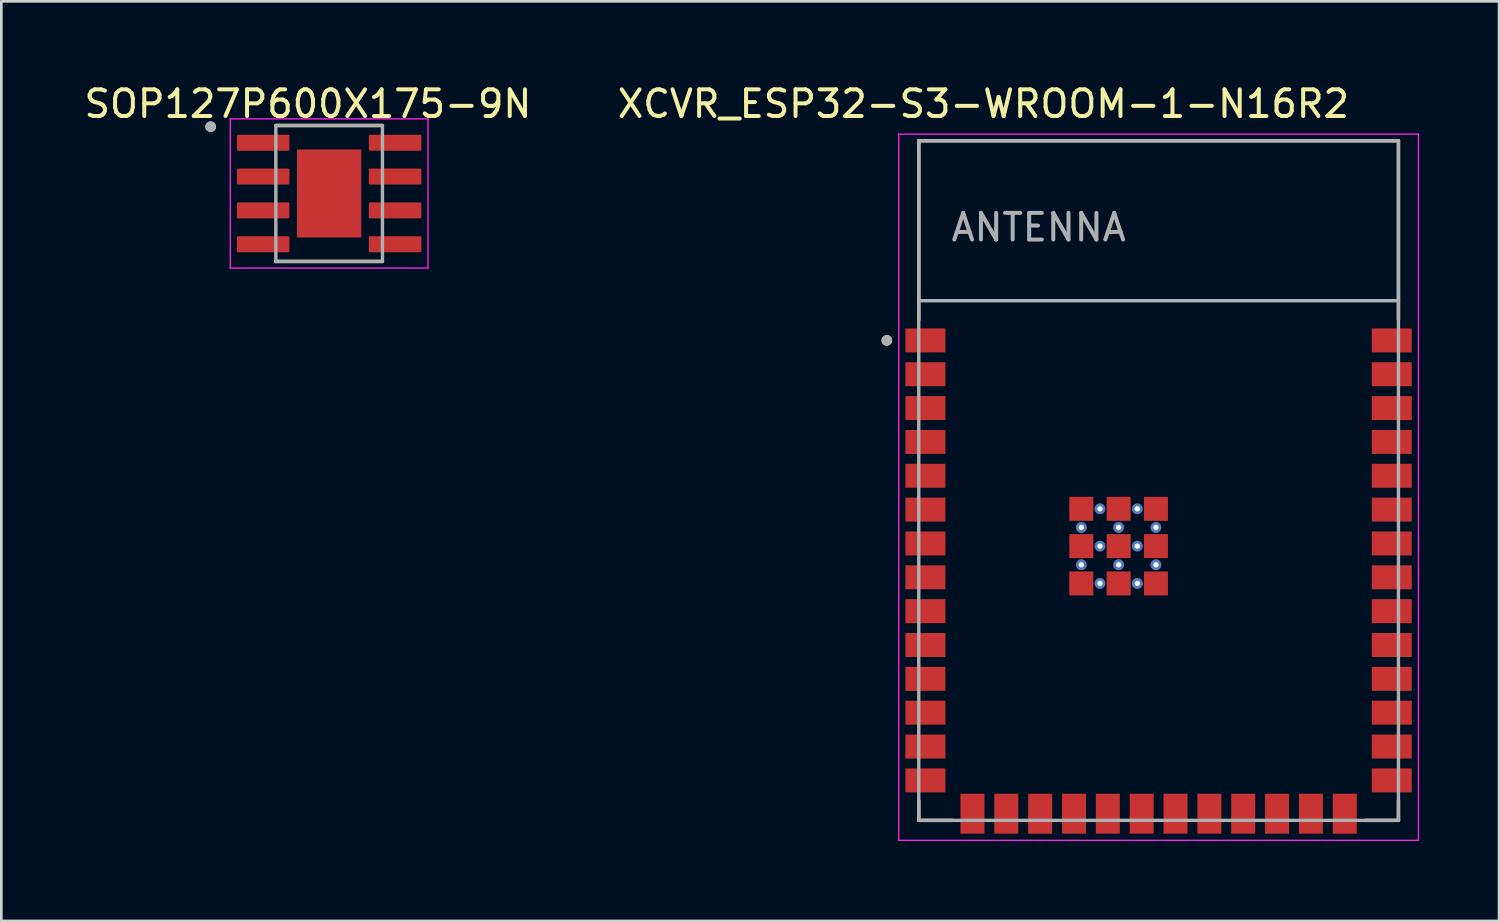
<source format=kicad_pcb>
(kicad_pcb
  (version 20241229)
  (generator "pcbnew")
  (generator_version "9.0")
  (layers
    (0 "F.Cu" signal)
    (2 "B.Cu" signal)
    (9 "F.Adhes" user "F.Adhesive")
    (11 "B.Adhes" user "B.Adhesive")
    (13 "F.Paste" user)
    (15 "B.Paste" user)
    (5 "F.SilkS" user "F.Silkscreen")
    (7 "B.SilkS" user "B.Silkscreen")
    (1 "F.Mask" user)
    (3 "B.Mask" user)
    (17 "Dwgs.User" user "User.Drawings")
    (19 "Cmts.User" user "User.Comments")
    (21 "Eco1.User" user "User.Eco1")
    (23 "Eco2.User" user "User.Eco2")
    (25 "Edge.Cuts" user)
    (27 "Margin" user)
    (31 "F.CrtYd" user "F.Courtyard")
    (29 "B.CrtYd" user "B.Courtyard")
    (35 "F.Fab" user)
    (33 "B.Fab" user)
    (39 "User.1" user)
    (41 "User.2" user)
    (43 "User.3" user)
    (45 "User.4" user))
  (footprint "XCVR_ESP32-S3-WROOM-1-N16R2"
    (layer "F.Cu")
    (at 40.426 14.983)
    (property "Reference" "XCVR_ESP32-S3-WROOM-1-N16R2" (at -6.575 -14.135 0) (layer "F.SilkS") (effects (font (size 1 1) (thickness 0.15))))
    (attr smd)
    (fp_line (start -9 -12.75) (end 9 -12.75) (stroke (width 0.127) (type solid)) (layer "F.SilkS"))
    (fp_line (start -9 -6.03) (end -9 -12.75) (stroke (width 0.127) (type solid)) (layer "F.SilkS"))
    (fp_line (start -9 12.02) (end -9 12.75) (stroke (width 0.127) (type solid)) (layer "F.SilkS"))
    (fp_line (start -9 12.75) (end -7.755 12.75) (stroke (width 0.127) (type solid)) (layer "F.SilkS"))
    (fp_line (start 9 -12.75) (end 9 -6.03) (stroke (width 0.127) (type solid)) (layer "F.SilkS"))
    (fp_line (start 9 12.02) (end 9 12.75) (stroke (width 0.127) (type solid)) (layer "F.SilkS"))
    (fp_line (start 9 12.75) (end 7.755 12.75) (stroke (width 0.127) (type solid)) (layer "F.SilkS"))
    (fp_circle (center -10.2 -5.26) (end -10.1 -5.26) (stroke (width 0.2) (type solid)) (fill no) (layer "F.SilkS"))
    (fp_line (start -9.75 -13) (end 9.75 -13) (stroke (width 0.05) (type solid)) (layer "F.CrtYd"))
    (fp_line (start -9.75 13.5) (end -9.75 -13) (stroke (width 0.05) (type solid)) (layer "F.CrtYd"))
    (fp_line (start -9.75 13.5) (end 9.75 13.5) (stroke (width 0.05) (type solid)) (layer "F.CrtYd"))
    (fp_line (start 9.75 -13) (end 9.75 13.5) (stroke (width 0.05) (type solid)) (layer "F.CrtYd"))
    (fp_line (start -9 -12.75) (end 9 -12.75) (stroke (width 0.127) (type solid)) (layer "F.Fab"))
    (fp_line (start -9 -6.75) (end -9 -12.75) (stroke (width 0.127) (type solid)) (layer "F.Fab"))
    (fp_line (start -9 -6.75) (end 9 -6.75) (stroke (width 0.127) (type solid)) (layer "F.Fab"))
    (fp_line (start -9 12.75) (end -9 -6.75) (stroke (width 0.127) (type solid)) (layer "F.Fab"))
    (fp_line (start 9 -12.75) (end 9 -6.75) (stroke (width 0.127) (type solid)) (layer "F.Fab"))
    (fp_line (start 9 -6.75) (end 9 12.75) (stroke (width 0.127) (type solid)) (layer "F.Fab"))
    (fp_line (start 9 12.75) (end -9 12.75) (stroke (width 0.127) (type solid)) (layer "F.Fab"))
    (fp_circle (center -10.2 -5.26) (end -10.1 -5.26) (stroke (width 0.2) (type solid)) (fill no) (layer "F.Fab"))
    (fp_text user "ANTENNA" (at -4.5 -9.5 0) (layer "F.Fab") (effects (font (size 1 1) (thickness 0.15))))
    (pad "1" smd rect (at -8.75 -5.26) (size 1.5 0.9) (layers "F.Cu" "F.Mask" "F.Paste"))
    (pad "2" smd rect (at -8.75 -3.99) (size 1.5 0.9) (layers "F.Cu" "F.Mask" "F.Paste"))
    (pad "3" smd rect (at -8.75 -2.72) (size 1.5 0.9) (layers "F.Cu" "F.Mask" "F.Paste"))
    (pad "4" smd rect (at -8.75 -1.45) (size 1.5 0.9) (layers "F.Cu" "F.Mask" "F.Paste"))
    (pad "5" smd rect (at -8.75 -0.18) (size 1.5 0.9) (layers "F.Cu" "F.Mask" "F.Paste"))
    (pad "6" smd rect (at -8.75 1.09) (size 1.5 0.9) (layers "F.Cu" "F.Mask" "F.Paste"))
    (pad "7" smd rect (at -8.75 2.36) (size 1.5 0.9) (layers "F.Cu" "F.Mask" "F.Paste"))
    (pad "8" smd rect (at -8.75 3.63) (size 1.5 0.9) (layers "F.Cu" "F.Mask" "F.Paste"))
    (pad "9" smd rect (at -8.75 4.9) (size 1.5 0.9) (layers "F.Cu" "F.Mask" "F.Paste"))
    (pad "10" smd rect (at -8.75 6.17) (size 1.5 0.9) (layers "F.Cu" "F.Mask" "F.Paste"))
    (pad "11" smd rect (at -8.75 7.44) (size 1.5 0.9) (layers "F.Cu" "F.Mask" "F.Paste"))
    (pad "12" smd rect (at -8.75 8.71) (size 1.5 0.9) (layers "F.Cu" "F.Mask" "F.Paste"))
    (pad "13" smd rect (at -8.75 9.98) (size 1.5 0.9) (layers "F.Cu" "F.Mask" "F.Paste"))
    (pad "14" smd rect (at -8.75 11.25) (size 1.5 0.9) (layers "F.Cu" "F.Mask" "F.Paste"))
    (pad "15" smd rect (at -6.985 12.5) (size 0.9 1.5) (layers "F.Cu" "F.Mask" "F.Paste"))
    (pad "16" smd rect (at -5.715 12.5) (size 0.9 1.5) (layers "F.Cu" "F.Mask" "F.Paste"))
    (pad "17" smd rect (at -4.445 12.5) (size 0.9 1.5) (layers "F.Cu" "F.Mask" "F.Paste"))
    (pad "18" smd rect (at -3.175 12.5) (size 0.9 1.5) (layers "F.Cu" "F.Mask" "F.Paste"))
    (pad "19" smd rect (at -1.905 12.5) (size 0.9 1.5) (layers "F.Cu" "F.Mask" "F.Paste"))
    (pad "20" smd rect (at -0.635 12.5) (size 0.9 1.5) (layers "F.Cu" "F.Mask" "F.Paste"))
    (pad "21" smd rect (at 0.635 12.5) (size 0.9 1.5) (layers "F.Cu" "F.Mask" "F.Paste"))
    (pad "22" smd rect (at 1.905 12.5) (size 0.9 1.5) (layers "F.Cu" "F.Mask" "F.Paste"))
    (pad "23" smd rect (at 3.175 12.5) (size 0.9 1.5) (layers "F.Cu" "F.Mask" "F.Paste"))
    (pad "24" smd rect (at 4.445 12.5) (size 0.9 1.5) (layers "F.Cu" "F.Mask" "F.Paste"))
    (pad "25" smd rect (at 5.715 12.5) (size 0.9 1.5) (layers "F.Cu" "F.Mask" "F.Paste"))
    (pad "26" smd rect (at 6.985 12.5) (size 0.9 1.5) (layers "F.Cu" "F.Mask" "F.Paste"))
    (pad "27" smd rect (at 8.75 11.25) (size 1.5 0.9) (layers "F.Cu" "F.Mask" "F.Paste"))
    (pad "28" smd rect (at 8.75 9.98) (size 1.5 0.9) (layers "F.Cu" "F.Mask" "F.Paste"))
    (pad "29" smd rect (at 8.75 8.71) (size 1.5 0.9) (layers "F.Cu" "F.Mask" "F.Paste"))
    (pad "30" smd rect (at 8.75 7.44) (size 1.5 0.9) (layers "F.Cu" "F.Mask" "F.Paste"))
    (pad "31" smd rect (at 8.75 6.17) (size 1.5 0.9) (layers "F.Cu" "F.Mask" "F.Paste"))
    (pad "32" smd rect (at 8.75 4.9) (size 1.5 0.9) (layers "F.Cu" "F.Mask" "F.Paste"))
    (pad "33" smd rect (at 8.75 3.63) (size 1.5 0.9) (layers "F.Cu" "F.Mask" "F.Paste"))
    (pad "34" smd rect (at 8.75 2.36) (size 1.5 0.9) (layers "F.Cu" "F.Mask" "F.Paste"))
    (pad "35" smd rect (at 8.75 1.09) (size 1.5 0.9) (layers "F.Cu" "F.Mask" "F.Paste"))
    (pad "36" smd rect (at 8.75 -0.18) (size 1.5 0.9) (layers "F.Cu" "F.Mask" "F.Paste"))
    (pad "37" smd rect (at 8.75 -1.45) (size 1.5 0.9) (layers "F.Cu" "F.Mask" "F.Paste"))
    (pad "38" smd rect (at 8.75 -2.72) (size 1.5 0.9) (layers "F.Cu" "F.Mask" "F.Paste"))
    (pad "39" smd rect (at 8.75 -3.99) (size 1.5 0.9) (layers "F.Cu" "F.Mask" "F.Paste"))
    (pad "40" smd rect (at 8.75 -5.26) (size 1.5 0.9) (layers "F.Cu" "F.Mask" "F.Paste"))
    (pad "41_1" smd rect (at -1.5 2.46) (size 0.9 0.9) (layers "F.Cu" "F.Mask" "F.Paste"))
    (pad "41_2" smd rect (at -2.9 2.46) (size 0.9 0.9) (layers "F.Cu" "F.Mask" "F.Paste"))
    (pad "41_3" smd rect (at -0.1 2.46) (size 0.9 0.9) (layers "F.Cu" "F.Mask" "F.Paste"))
    (pad "41_4" smd rect (at -2.9 3.86) (size 0.9 0.9) (layers "F.Cu" "F.Mask" "F.Paste"))
    (pad "41_5" smd rect (at -1.5 3.86) (size 0.9 0.9) (layers "F.Cu" "F.Mask" "F.Paste"))
    (pad "41_6" smd rect (at -0.1 3.86) (size 0.9 0.9) (layers "F.Cu" "F.Mask" "F.Paste"))
    (pad "41_7" smd rect (at -2.9 1.06) (size 0.9 0.9) (layers "F.Cu" "F.Mask" "F.Paste"))
    (pad "41_8" smd rect (at -1.5 1.06) (size 0.9 0.9) (layers "F.Cu" "F.Mask" "F.Paste"))
    (pad "41_9" smd rect (at -0.1 1.06) (size 0.9 0.9) (layers "F.Cu" "F.Mask" "F.Paste"))
    (pad "41_10" thru_hole circle (at -1.5 1.76) (size 0.4 0.4) (drill 0.2) (layers "*.Cu"))
    (pad "41_11" thru_hole circle (at -2.9 1.76) (size 0.4 0.4) (drill 0.2) (layers "*.Cu"))
    (pad "41_12" thru_hole circle (at -0.1 1.76) (size 0.4 0.4) (drill 0.2) (layers "*.Cu"))
    (pad "41_13" thru_hole circle (at -2.9 3.16) (size 0.4 0.4) (drill 0.2) (layers "*.Cu"))
    (pad "41_14" thru_hole circle (at -1.5 3.16) (size 0.4 0.4) (drill 0.2) (layers "*.Cu"))
    (pad "41_15" thru_hole circle (at -0.1 3.16) (size 0.4 0.4) (drill 0.2) (layers "*.Cu"))
    (pad "41_16" thru_hole circle (at -2.2 1.06) (size 0.4 0.4) (drill 0.2) (layers "*.Cu"))
    (pad "41_17" thru_hole circle (at -0.8 1.06) (size 0.4 0.4) (drill 0.2) (layers "*.Cu"))
    (pad "41_18" thru_hole circle (at -2.2 2.46) (size 0.4 0.4) (drill 0.2) (layers "*.Cu"))
    (pad "41_19" thru_hole circle (at -0.8 2.46) (size 0.4 0.4) (drill 0.2) (layers "*.Cu"))
    (pad "41_20" thru_hole circle (at -2.2 3.86) (size 0.4 0.4) (drill 0.2) (layers "*.Cu"))
    (pad "41_21" thru_hole circle (at -0.8 3.86) (size 0.4 0.4) (drill 0.2) (layers "*.Cu"))
    (zone (net_name "") (layer "F.Cu") (hatch full 0.508) (connect_pads) (min_thickness 0.01) (filled_areas_thickness no) (keepout (tracks not_allowed) (vias not_allowed) (pads not_allowed) (copperpour not_allowed) (footprints allowed)) (placement (enabled no)) (fill) (polygon (pts (xy 31.426 2.233) (xy 49.426 2.233) (xy 49.426 8.233) (xy 31.426 8.233))))
    (zone (net_name "") (layers "F.Cu" "B.Cu") (hatch full 0.508) (connect_pads) (min_thickness 0.01) (filled_areas_thickness no) (keepout (tracks allowed) (vias not_allowed) (pads allowed) (copperpour allowed) (footprints allowed)) (placement (enabled no)) (fill) (polygon (pts (xy 31.426 2.233) (xy 49.426 2.233) (xy 49.426 8.233) (xy 31.426 8.233))))
    (zone (net_name "") (layer "B.Cu") (hatch full 0.508) (connect_pads) (min_thickness 0.01) (filled_areas_thickness no) (keepout (tracks not_allowed) (vias not_allowed) (pads not_allowed) (copperpour not_allowed) (footprints allowed)) (placement (enabled no)) (fill) (polygon (pts (xy 31.426 2.233) (xy 49.426 2.233) (xy 49.426 8.233) (xy 31.426 8.233)))))
  (footprint "SOP127P600X175-9N"
    (layer "F.Cu")
    (at 9.301 4.21)
    (property "Reference" "SOP127P600X175-9N" (at -0.795 -3.362 0) (layer "F.SilkS") (effects (font (size 1 1) (thickness 0.15))))
    (attr smd)
    (fp_line (start -2 -2.55) (end 2 -2.55) (stroke (width 0.127) (type solid)) (layer "F.SilkS"))
    (fp_line (start -2 2.55) (end 2 2.55) (stroke (width 0.127) (type solid)) (layer "F.SilkS"))
    (fp_circle (center -4.445 -2.505) (end -4.345 -2.505) (stroke (width 0.2) (type solid)) (fill no) (layer "F.SilkS"))
    (fp_poly (pts (xy -0.645 -0.82) (xy 0.645 -0.82) (xy 0.645 0.82) (xy -0.645 0.82)) (stroke (width 0.01) (type solid)) (fill yes) (layer "F.Paste"))
    (fp_line (start -3.71 -2.8) (end -3.71 2.8) (stroke (width 0.05) (type solid)) (layer "F.CrtYd"))
    (fp_line (start -3.71 -2.8) (end 3.71 -2.8) (stroke (width 0.05) (type solid)) (layer "F.CrtYd"))
    (fp_line (start -3.71 2.8) (end 3.71 2.8) (stroke (width 0.05) (type solid)) (layer "F.CrtYd"))
    (fp_line (start 3.71 -2.8) (end 3.71 2.8) (stroke (width 0.05) (type solid)) (layer "F.CrtYd"))
    (fp_line (start -2 -2.55) (end -2 2.55) (stroke (width 0.127) (type solid)) (layer "F.Fab"))
    (fp_line (start -2 -2.55) (end 2 -2.55) (stroke (width 0.127) (type solid)) (layer "F.Fab"))
    (fp_line (start -2 2.55) (end 2 2.55) (stroke (width 0.127) (type solid)) (layer "F.Fab"))
    (fp_line (start 2 -2.55) (end 2 2.55) (stroke (width 0.127) (type solid)) (layer "F.Fab"))
    (fp_circle (center -4.445 -2.505) (end -4.345 -2.505) (stroke (width 0.2) (type solid)) (fill no) (layer "F.Fab"))
    (pad "1" smd roundrect (at -2.475 -1.905) (size 1.97 0.6) (layers "F.Cu" "F.Mask" "F.Paste") (roundrect_rratio 0.07))
    (pad "2" smd roundrect (at -2.475 -0.635) (size 1.97 0.6) (layers "F.Cu" "F.Mask" "F.Paste") (roundrect_rratio 0.07))
    (pad "3" smd roundrect (at -2.475 0.635) (size 1.97 0.6) (layers "F.Cu" "F.Mask" "F.Paste") (roundrect_rratio 0.07))
    (pad "4" smd roundrect (at -2.475 1.905) (size 1.97 0.6) (layers "F.Cu" "F.Mask" "F.Paste") (roundrect_rratio 0.07))
    (pad "5" smd roundrect (at 2.475 1.905) (size 1.97 0.6) (layers "F.Cu" "F.Mask" "F.Paste") (roundrect_rratio 0.07))
    (pad "6" smd roundrect (at 2.475 0.635) (size 1.97 0.6) (layers "F.Cu" "F.Mask" "F.Paste") (roundrect_rratio 0.07))
    (pad "7" smd roundrect (at 2.475 -0.635) (size 1.97 0.6) (layers "F.Cu" "F.Mask" "F.Paste") (roundrect_rratio 0.07))
    (pad "8" smd roundrect (at 2.475 -1.905) (size 1.97 0.6) (layers "F.Cu" "F.Mask" "F.Paste") (roundrect_rratio 0.07))
    (pad "9" smd rect (at 0 0) (size 2.413 3.302) (layers "F.Cu" "F.Mask")))
  (gr_rect
    (start -3 -3)
    (end 53.201 31.508)
    (stroke (width 0.1) (type default))
    (fill no)
    (layer "Edge.Cuts")))
</source>
